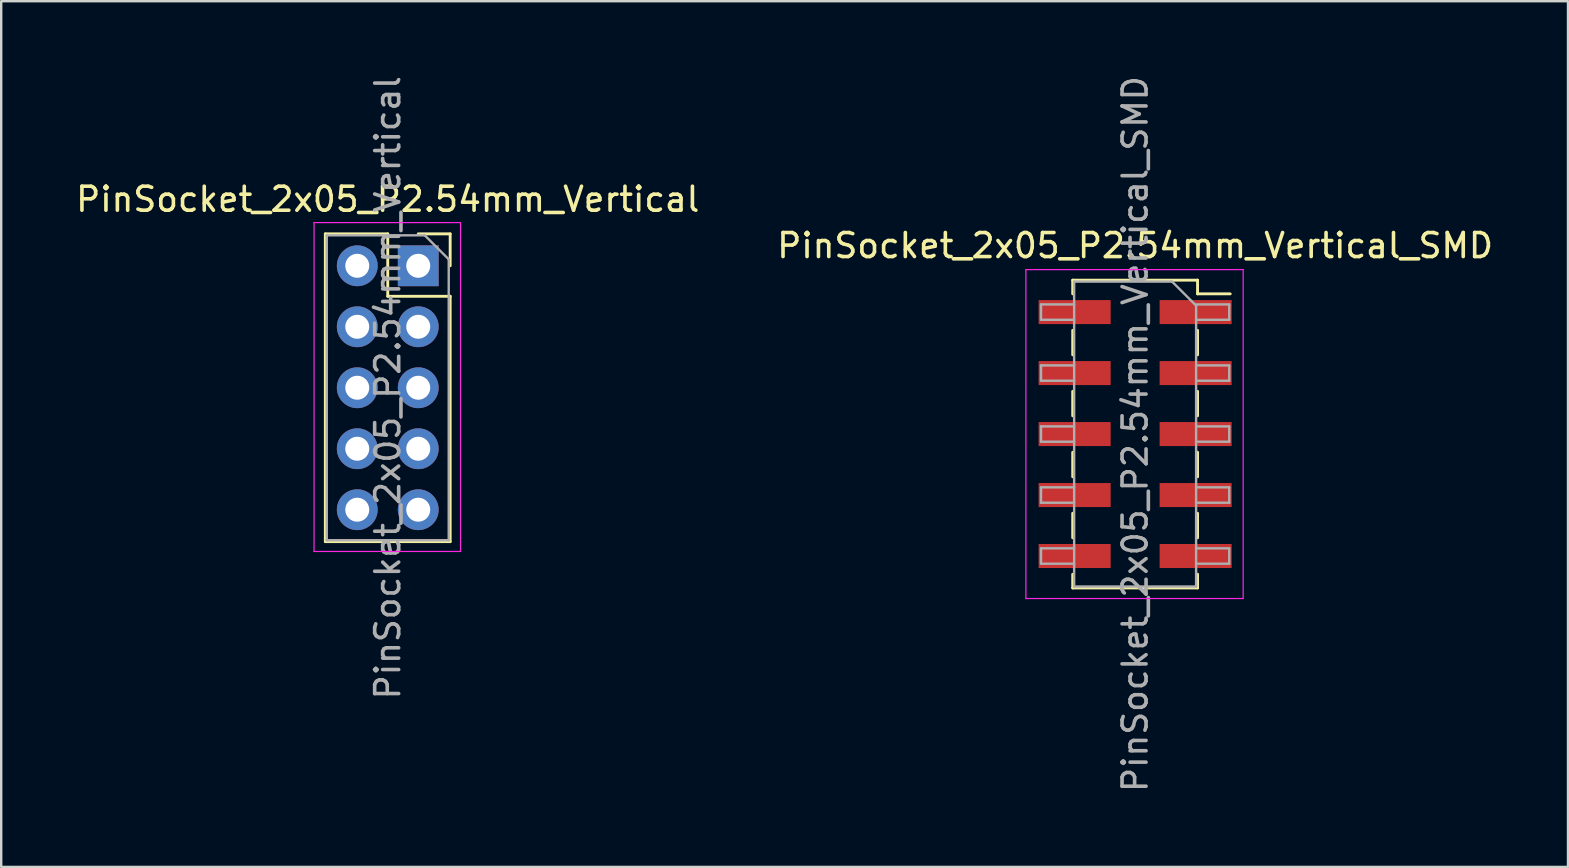
<source format=kicad_pcb>
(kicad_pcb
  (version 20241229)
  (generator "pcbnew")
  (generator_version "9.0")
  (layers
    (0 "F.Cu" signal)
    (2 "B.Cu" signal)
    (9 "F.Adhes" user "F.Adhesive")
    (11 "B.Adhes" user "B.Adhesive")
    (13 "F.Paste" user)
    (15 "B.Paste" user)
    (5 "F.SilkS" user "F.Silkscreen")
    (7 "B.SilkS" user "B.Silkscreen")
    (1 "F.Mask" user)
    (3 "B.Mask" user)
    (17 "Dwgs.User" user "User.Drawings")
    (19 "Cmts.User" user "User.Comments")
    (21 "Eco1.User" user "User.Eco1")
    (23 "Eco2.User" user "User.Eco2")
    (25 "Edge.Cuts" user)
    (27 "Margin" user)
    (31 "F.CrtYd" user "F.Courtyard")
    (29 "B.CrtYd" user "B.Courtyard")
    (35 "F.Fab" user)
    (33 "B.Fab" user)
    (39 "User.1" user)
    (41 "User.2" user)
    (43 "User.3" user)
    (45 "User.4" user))
  (footprint "PinSocket_2x05_P2.54mm_Vertical"
    (layer "F.Cu")
    (at 14.371 8.021)
    (property "Reference" "PinSocket_2x05_P2.54mm_Vertical" (at -1.27 -2.77 0) (layer "F.SilkS") (effects (font (size 1 1) (thickness 0.15))))
    (attr through_hole)
    (fp_line (start -3.87 -1.33) (end -3.87 11.49) (stroke (width 0.12) (type solid)) (layer "F.SilkS"))
    (fp_line (start -3.87 -1.33) (end -1.27 -1.33) (stroke (width 0.12) (type solid)) (layer "F.SilkS"))
    (fp_line (start -3.87 11.49) (end 1.33 11.49) (stroke (width 0.12) (type solid)) (layer "F.SilkS"))
    (fp_line (start -1.27 -1.33) (end -1.27 1.27) (stroke (width 0.12) (type solid)) (layer "F.SilkS"))
    (fp_line (start -1.27 1.27) (end 1.33 1.27) (stroke (width 0.12) (type solid)) (layer "F.SilkS"))
    (fp_line (start 0 -1.33) (end 1.33 -1.33) (stroke (width 0.12) (type solid)) (layer "F.SilkS"))
    (fp_line (start 1.33 -1.33) (end 1.33 0) (stroke (width 0.12) (type solid)) (layer "F.SilkS"))
    (fp_line (start 1.33 1.27) (end 1.33 11.49) (stroke (width 0.12) (type solid)) (layer "F.SilkS"))
    (fp_line (start -4.34 -1.8) (end 1.76 -1.8) (stroke (width 0.05) (type solid)) (layer "F.CrtYd"))
    (fp_line (start -4.34 11.9) (end -4.34 -1.8) (stroke (width 0.05) (type solid)) (layer "F.CrtYd"))
    (fp_line (start 1.76 -1.8) (end 1.76 11.9) (stroke (width 0.05) (type solid)) (layer "F.CrtYd"))
    (fp_line (start 1.76 11.9) (end -4.34 11.9) (stroke (width 0.05) (type solid)) (layer "F.CrtYd"))
    (fp_line (start -3.81 -1.27) (end 0.27 -1.27) (stroke (width 0.1) (type solid)) (layer "F.Fab"))
    (fp_line (start -3.81 11.43) (end -3.81 -1.27) (stroke (width 0.1) (type solid)) (layer "F.Fab"))
    (fp_line (start 0.27 -1.27) (end 1.27 -0.27) (stroke (width 0.1) (type solid)) (layer "F.Fab"))
    (fp_line (start 1.27 -0.27) (end 1.27 11.43) (stroke (width 0.1) (type solid)) (layer "F.Fab"))
    (fp_line (start 1.27 11.43) (end -3.81 11.43) (stroke (width 0.1) (type solid)) (layer "F.Fab"))
    (fp_text user "${REFERENCE}" (at -1.27 5.08 90) (layer "F.Fab") (effects (font (size 1 1) (thickness 0.15))))
    (pad "1" thru_hole rect (at 0 0) (size 1.7 1.7) (drill 1) (layers "*.Cu" "*.Mask"))
    (pad "2" thru_hole oval (at -2.54 0) (size 1.7 1.7) (drill 1) (layers "*.Cu" "*.Mask"))
    (pad "3" thru_hole oval (at 0 2.54) (size 1.7 1.7) (drill 1) (layers "*.Cu" "*.Mask"))
    (pad "4" thru_hole oval (at -2.54 2.54) (size 1.7 1.7) (drill 1) (layers "*.Cu" "*.Mask"))
    (pad "5" thru_hole oval (at 0 5.08) (size 1.7 1.7) (drill 1) (layers "*.Cu" "*.Mask"))
    (pad "6" thru_hole oval (at -2.54 5.08) (size 1.7 1.7) (drill 1) (layers "*.Cu" "*.Mask"))
    (pad "7" thru_hole oval (at 0 7.62) (size 1.7 1.7) (drill 1) (layers "*.Cu" "*.Mask"))
    (pad "8" thru_hole oval (at -2.54 7.62) (size 1.7 1.7) (drill 1) (layers "*.Cu" "*.Mask"))
    (pad "9" thru_hole oval (at 0 10.16) (size 1.7 1.7) (drill 1) (layers "*.Cu" "*.Mask"))
    (pad "10" thru_hole oval (at -2.54 10.16) (size 1.7 1.7) (drill 1) (layers "*.Cu" "*.Mask")))
  (footprint "PinSocket_2x05_P2.54mm_Vertical_SMD"
    (layer "F.Cu")
    (at 44.232 15.03)
    (property "Reference" "PinSocket_2x05_P2.54mm_Vertical_SMD" (at 0 -7.85 0) (layer "F.SilkS") (effects (font (size 1 1) (thickness 0.15))))
    (attr smd)
    (fp_line (start -2.6 -6.41) (end -2.6 -5.84) (stroke (width 0.12) (type solid)) (layer "F.SilkS"))
    (fp_line (start -2.6 -6.41) (end 2.6 -6.41) (stroke (width 0.12) (type solid)) (layer "F.SilkS"))
    (fp_line (start -2.6 -4.32) (end -2.6 -3.3) (stroke (width 0.12) (type solid)) (layer "F.SilkS"))
    (fp_line (start -2.6 -1.78) (end -2.6 -0.76) (stroke (width 0.12) (type solid)) (layer "F.SilkS"))
    (fp_line (start -2.6 0.76) (end -2.6 1.78) (stroke (width 0.12) (type solid)) (layer "F.SilkS"))
    (fp_line (start -2.6 3.3) (end -2.6 4.32) (stroke (width 0.12) (type solid)) (layer "F.SilkS"))
    (fp_line (start -2.6 5.84) (end -2.6 6.41) (stroke (width 0.12) (type solid)) (layer "F.SilkS"))
    (fp_line (start -2.6 6.41) (end 2.6 6.41) (stroke (width 0.12) (type solid)) (layer "F.SilkS"))
    (fp_line (start 2.6 -6.41) (end 2.6 -5.84) (stroke (width 0.12) (type solid)) (layer "F.SilkS"))
    (fp_line (start 2.6 -5.84) (end 3.96 -5.84) (stroke (width 0.12) (type solid)) (layer "F.SilkS"))
    (fp_line (start 2.6 -4.32) (end 2.6 -3.3) (stroke (width 0.12) (type solid)) (layer "F.SilkS"))
    (fp_line (start 2.6 -1.78) (end 2.6 -0.76) (stroke (width 0.12) (type solid)) (layer "F.SilkS"))
    (fp_line (start 2.6 0.76) (end 2.6 1.78) (stroke (width 0.12) (type solid)) (layer "F.SilkS"))
    (fp_line (start 2.6 3.3) (end 2.6 4.32) (stroke (width 0.12) (type solid)) (layer "F.SilkS"))
    (fp_line (start 2.6 5.84) (end 2.6 6.41) (stroke (width 0.12) (type solid)) (layer "F.SilkS"))
    (fp_line (start -4.55 -6.85) (end 4.5 -6.85) (stroke (width 0.05) (type solid)) (layer "F.CrtYd"))
    (fp_line (start -4.55 6.85) (end -4.55 -6.85) (stroke (width 0.05) (type solid)) (layer "F.CrtYd"))
    (fp_line (start 4.5 -6.85) (end 4.5 6.85) (stroke (width 0.05) (type solid)) (layer "F.CrtYd"))
    (fp_line (start 4.5 6.85) (end -4.55 6.85) (stroke (width 0.05) (type solid)) (layer "F.CrtYd"))
    (fp_line (start -3.92 -5.4) (end -2.54 -5.4) (stroke (width 0.1) (type solid)) (layer "F.Fab"))
    (fp_line (start -3.92 -4.76) (end -3.92 -5.4) (stroke (width 0.1) (type solid)) (layer "F.Fab"))
    (fp_line (start -3.92 -2.86) (end -2.54 -2.86) (stroke (width 0.1) (type solid)) (layer "F.Fab"))
    (fp_line (start -3.92 -2.22) (end -3.92 -2.86) (stroke (width 0.1) (type solid)) (layer "F.Fab"))
    (fp_line (start -3.92 -0.32) (end -2.54 -0.32) (stroke (width 0.1) (type solid)) (layer "F.Fab"))
    (fp_line (start -3.92 0.32) (end -3.92 -0.32) (stroke (width 0.1) (type solid)) (layer "F.Fab"))
    (fp_line (start -3.92 2.22) (end -2.54 2.22) (stroke (width 0.1) (type solid)) (layer "F.Fab"))
    (fp_line (start -3.92 2.86) (end -3.92 2.22) (stroke (width 0.1) (type solid)) (layer "F.Fab"))
    (fp_line (start -3.92 4.76) (end -2.54 4.76) (stroke (width 0.1) (type solid)) (layer "F.Fab"))
    (fp_line (start -3.92 5.4) (end -3.92 4.76) (stroke (width 0.1) (type solid)) (layer "F.Fab"))
    (fp_line (start -2.54 -6.35) (end 1.54 -6.35) (stroke (width 0.1) (type solid)) (layer "F.Fab"))
    (fp_line (start -2.54 -4.76) (end -3.92 -4.76) (stroke (width 0.1) (type solid)) (layer "F.Fab"))
    (fp_line (start -2.54 -2.22) (end -3.92 -2.22) (stroke (width 0.1) (type solid)) (layer "F.Fab"))
    (fp_line (start -2.54 0.32) (end -3.92 0.32) (stroke (width 0.1) (type solid)) (layer "F.Fab"))
    (fp_line (start -2.54 2.86) (end -3.92 2.86) (stroke (width 0.1) (type solid)) (layer "F.Fab"))
    (fp_line (start -2.54 5.4) (end -3.92 5.4) (stroke (width 0.1) (type solid)) (layer "F.Fab"))
    (fp_line (start -2.54 6.35) (end -2.54 -6.35) (stroke (width 0.1) (type solid)) (layer "F.Fab"))
    (fp_line (start 1.54 -6.35) (end 2.54 -5.35) (stroke (width 0.1) (type solid)) (layer "F.Fab"))
    (fp_line (start 2.54 -5.4) (end 3.92 -5.4) (stroke (width 0.1) (type solid)) (layer "F.Fab"))
    (fp_line (start 2.54 -5.35) (end 2.54 6.35) (stroke (width 0.1) (type solid)) (layer "F.Fab"))
    (fp_line (start 2.54 -2.86) (end 3.92 -2.86) (stroke (width 0.1) (type solid)) (layer "F.Fab"))
    (fp_line (start 2.54 -0.32) (end 3.92 -0.32) (stroke (width 0.1) (type solid)) (layer "F.Fab"))
    (fp_line (start 2.54 2.22) (end 3.92 2.22) (stroke (width 0.1) (type solid)) (layer "F.Fab"))
    (fp_line (start 2.54 4.76) (end 3.92 4.76) (stroke (width 0.1) (type solid)) (layer "F.Fab"))
    (fp_line (start 2.54 6.35) (end -2.54 6.35) (stroke (width 0.1) (type solid)) (layer "F.Fab"))
    (fp_line (start 3.92 -5.4) (end 3.92 -4.76) (stroke (width 0.1) (type solid)) (layer "F.Fab"))
    (fp_line (start 3.92 -4.76) (end 2.54 -4.76) (stroke (width 0.1) (type solid)) (layer "F.Fab"))
    (fp_line (start 3.92 -2.86) (end 3.92 -2.22) (stroke (width 0.1) (type solid)) (layer "F.Fab"))
    (fp_line (start 3.92 -2.22) (end 2.54 -2.22) (stroke (width 0.1) (type solid)) (layer "F.Fab"))
    (fp_line (start 3.92 -0.32) (end 3.92 0.32) (stroke (width 0.1) (type solid)) (layer "F.Fab"))
    (fp_line (start 3.92 0.32) (end 2.54 0.32) (stroke (width 0.1) (type solid)) (layer "F.Fab"))
    (fp_line (start 3.92 2.22) (end 3.92 2.86) (stroke (width 0.1) (type solid)) (layer "F.Fab"))
    (fp_line (start 3.92 2.86) (end 2.54 2.86) (stroke (width 0.1) (type solid)) (layer "F.Fab"))
    (fp_line (start 3.92 4.76) (end 3.92 5.4) (stroke (width 0.1) (type solid)) (layer "F.Fab"))
    (fp_line (start 3.92 5.4) (end 2.54 5.4) (stroke (width 0.1) (type solid)) (layer "F.Fab"))
    (fp_text user "${REFERENCE}" (at 0 0 90) (layer "F.Fab") (effects (font (size 1 1) (thickness 0.15))))
    (pad "1" smd rect (at 2.52 -5.08) (size 3 1) (layers "F.Cu" "F.Mask" "F.Paste"))
    (pad "2" smd rect (at -2.52 -5.08) (size 3 1) (layers "F.Cu" "F.Mask" "F.Paste"))
    (pad "3" smd rect (at 2.52 -2.54) (size 3 1) (layers "F.Cu" "F.Mask" "F.Paste"))
    (pad "4" smd rect (at -2.52 -2.54) (size 3 1) (layers "F.Cu" "F.Mask" "F.Paste"))
    (pad "5" smd rect (at 2.52 0) (size 3 1) (layers "F.Cu" "F.Mask" "F.Paste"))
    (pad "6" smd rect (at -2.52 0) (size 3 1) (layers "F.Cu" "F.Mask" "F.Paste"))
    (pad "7" smd rect (at 2.52 2.54) (size 3 1) (layers "F.Cu" "F.Mask" "F.Paste"))
    (pad "8" smd rect (at -2.52 2.54) (size 3 1) (layers "F.Cu" "F.Mask" "F.Paste"))
    (pad "9" smd rect (at 2.52 5.08) (size 3 1) (layers "F.Cu" "F.Mask" "F.Paste"))
    (pad "10" smd rect (at -2.52 5.08) (size 3 1) (layers "F.Cu" "F.Mask" "F.Paste")))
  (gr_rect
    (start -3 -3)
    (end 62.262 33.06)
    (stroke (width 0.1) (type default))
    (fill no)
    (layer "Edge.Cuts")))
</source>
